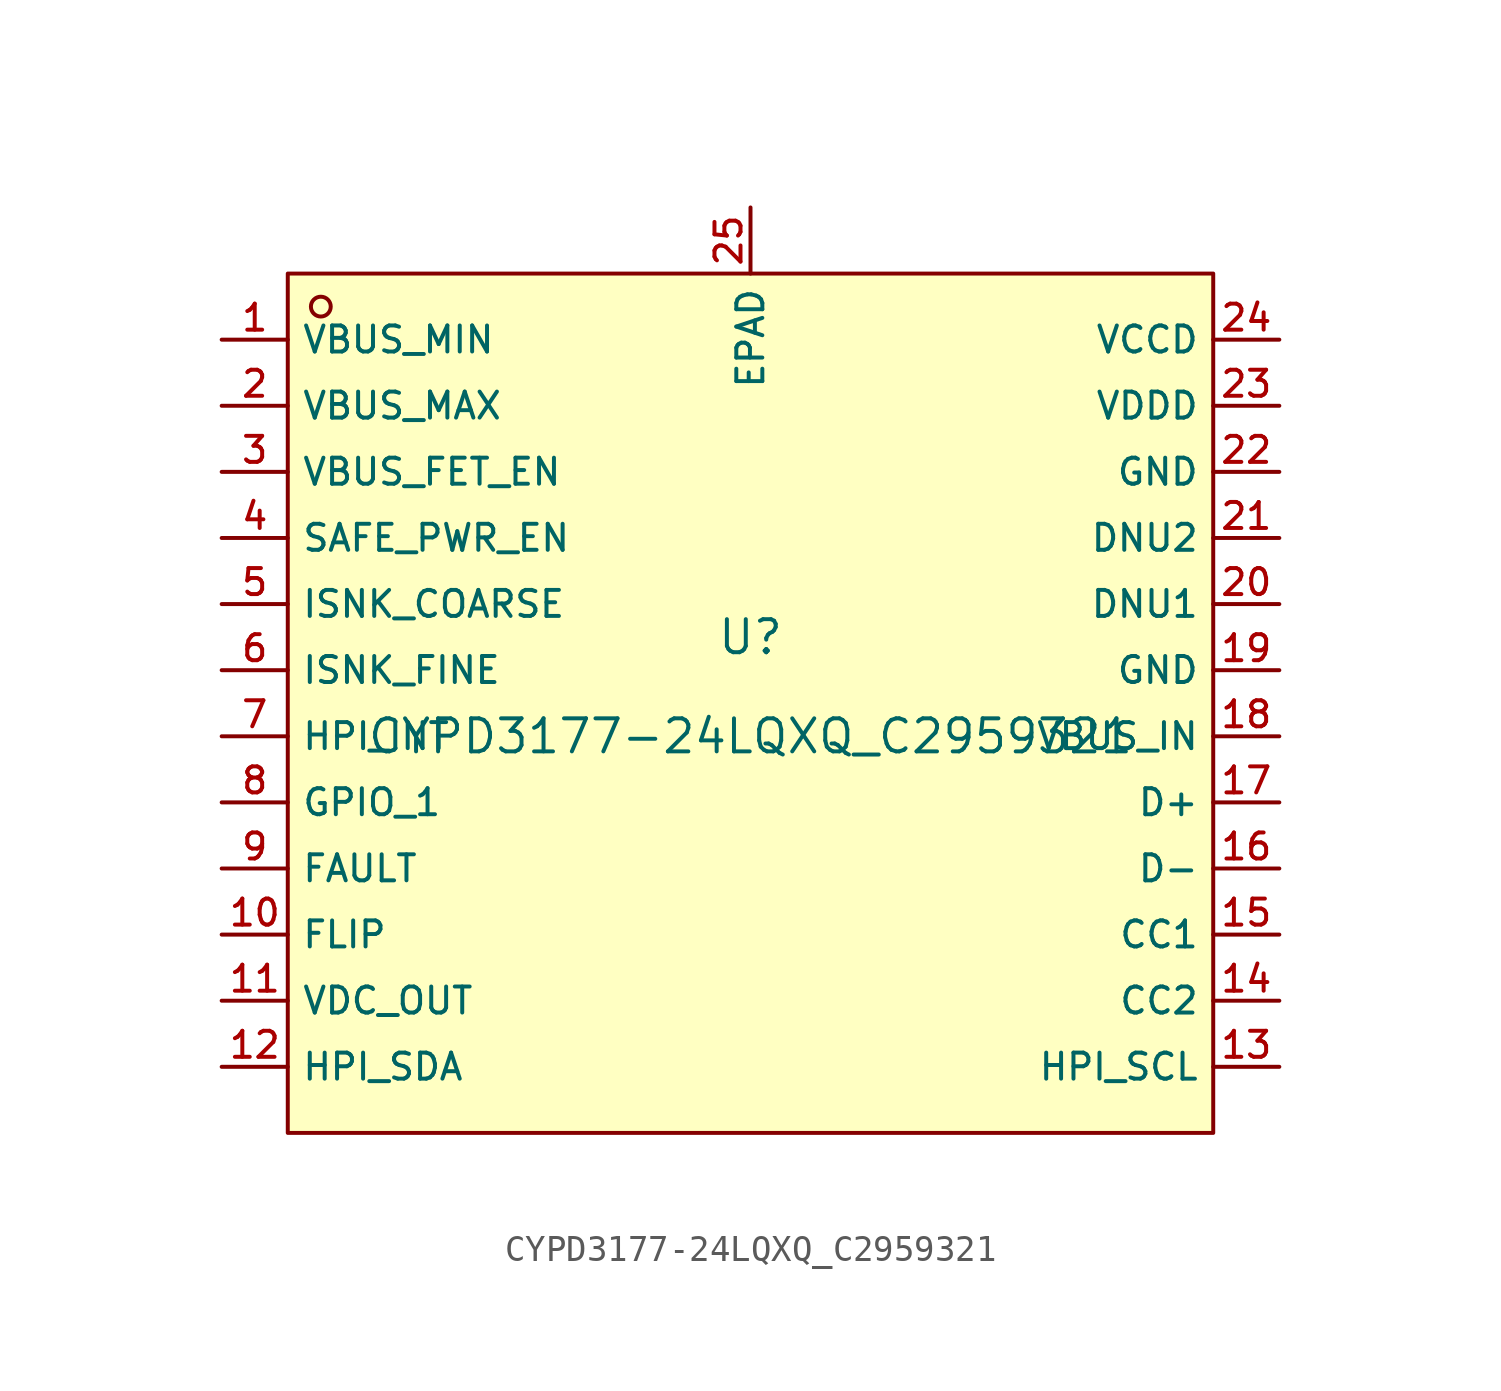
<source format=kicad_sym>
(kicad_symbol_lib
  (version 20210201)
  (generator TousstNicolas/JLC2KiCad_lib)
  (symbol "CYPD3177-24LQXQ_C2959321"
    (property "Reference" "U"
      (at 0 1.27 0)
      (effects (font (size 1.27 1.27))))
    (property "Value" "CYPD3177-24LQXQ_C2959321"
      (at 0 -2.54 0)
      (effects (font (size 1.27 1.27))))
    (symbol "CYPD3177-24LQXQ_C2959321_0_1"
      (rectangle (start -17.78 15.24) (end 17.78 -17.78) (stroke (width 0) (type default) (color 0 0 0 0)) (fill (type background)))
      (circle (center -16.51 13.97) (radius 0.381) (stroke (width 0) (type default) (color 0 0 0 0)) (fill (type background)))
      (pin unspecified line (at -20.32 12.7 0) (length 2.54) (name "VBUS_MIN" (effects (font (size 1 1)))) (number "1" (effects (font (size 1 1)))))
      (pin unspecified line (at -20.32 10.16 0) (length 2.54) (name "VBUS_MAX" (effects (font (size 1 1)))) (number "2" (effects (font (size 1 1)))))
      (pin unspecified line (at -20.32 7.62 0) (length 2.54) (name "VBUS_FET_EN" (effects (font (size 1 1)))) (number "3" (effects (font (size 1 1)))))
      (pin unspecified line (at -20.32 5.08 0) (length 2.54) (name "SAFE_PWR_EN" (effects (font (size 1 1)))) (number "4" (effects (font (size 1 1)))))
      (pin unspecified line (at -20.32 2.54 0) (length 2.54) (name "ISNK_COARSE" (effects (font (size 1 1)))) (number "5" (effects (font (size 1 1)))))
      (pin unspecified line (at -20.32 -0.0 0) (length 2.54) (name "ISNK_FINE" (effects (font (size 1 1)))) (number "6" (effects (font (size 1 1)))))
      (pin unspecified line (at -20.32 -2.54 0) (length 2.54) (name "HPI_INT" (effects (font (size 1 1)))) (number "7" (effects (font (size 1 1)))))
      (pin unspecified line (at -20.32 -5.08 0) (length 2.54) (name "GPIO_1" (effects (font (size 1 1)))) (number "8" (effects (font (size 1 1)))))
      (pin unspecified line (at -20.32 -7.62 0) (length 2.54) (name "FAULT" (effects (font (size 1 1)))) (number "9" (effects (font (size 1 1)))))
      (pin unspecified line (at -20.32 -10.16 0) (length 2.54) (name "FLIP" (effects (font (size 1 1)))) (number "10" (effects (font (size 1 1)))))
      (pin unspecified line (at -20.32 -12.7 0) (length 2.54) (name "VDC_OUT" (effects (font (size 1 1)))) (number "11" (effects (font (size 1 1)))))
      (pin unspecified line (at -20.32 -15.24 0) (length 2.54) (name "HPI_SDA" (effects (font (size 1 1)))) (number "12" (effects (font (size 1 1)))))
      (pin unspecified line (at 20.32 -15.24 180) (length 2.54) (name "HPI_SCL" (effects (font (size 1 1)))) (number "13" (effects (font (size 1 1)))))
      (pin unspecified line (at 20.32 -12.7 180) (length 2.54) (name "CC2" (effects (font (size 1 1)))) (number "14" (effects (font (size 1 1)))))
      (pin unspecified line (at 20.32 -10.16 180) (length 2.54) (name "CC1" (effects (font (size 1 1)))) (number "15" (effects (font (size 1 1)))))
      (pin unspecified line (at 20.32 -7.62 180) (length 2.54) (name "D-" (effects (font (size 1 1)))) (number "16" (effects (font (size 1 1)))))
      (pin unspecified line (at 20.32 -5.08 180) (length 2.54) (name "D+" (effects (font (size 1 1)))) (number "17" (effects (font (size 1 1)))))
      (pin unspecified line (at 20.32 -2.54 180) (length 2.54) (name "VBUS_IN" (effects (font (size 1 1)))) (number "18" (effects (font (size 1 1)))))
      (pin unspecified line (at 20.32 -0.0 180) (length 2.54) (name "GND" (effects (font (size 1 1)))) (number "19" (effects (font (size 1 1)))))
      (pin unspecified line (at 20.32 2.54 180) (length 2.54) (name "DNU1" (effects (font (size 1 1)))) (number "20" (effects (font (size 1 1)))))
      (pin unspecified line (at 20.32 5.08 180) (length 2.54) (name "DNU2" (effects (font (size 1 1)))) (number "21" (effects (font (size 1 1)))))
      (pin unspecified line (at 20.32 7.62 180) (length 2.54) (name "GND" (effects (font (size 1 1)))) (number "22" (effects (font (size 1 1)))))
      (pin unspecified line (at 20.32 10.16 180) (length 2.54) (name "VDDD" (effects (font (size 1 1)))) (number "23" (effects (font (size 1 1)))))
      (pin unspecified line (at 20.32 12.7 180) (length 2.54) (name "VCCD" (effects (font (size 1 1)))) (number "24" (effects (font (size 1 1)))))
      (pin unspecified line (at 0.0 17.78 270) (length 2.54) (name "EPAD" (effects (font (size 1 1)))) (number "25" (effects (font (size 1 1))))))))
</source>
